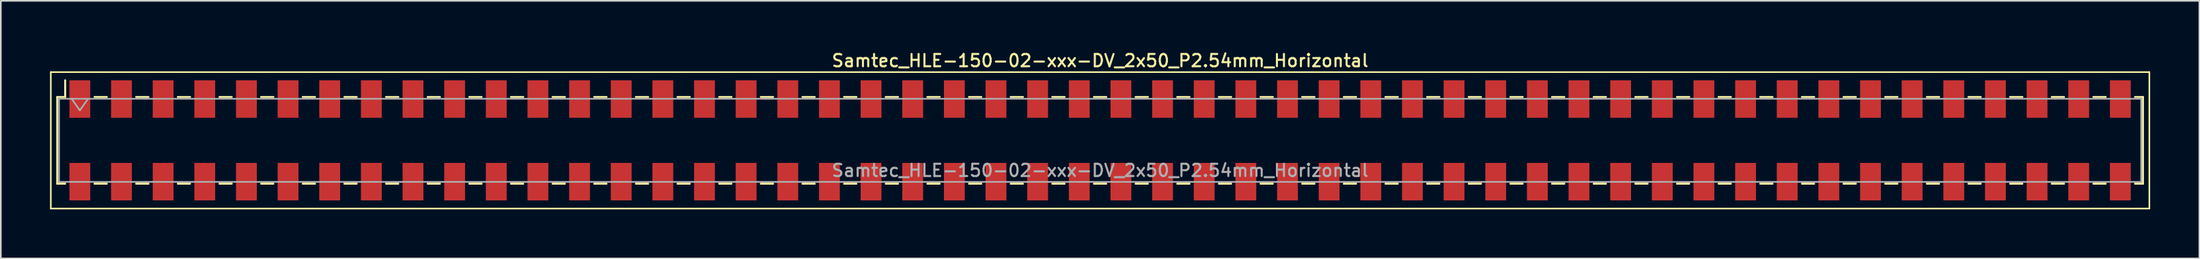
<source format=kicad_pcb>
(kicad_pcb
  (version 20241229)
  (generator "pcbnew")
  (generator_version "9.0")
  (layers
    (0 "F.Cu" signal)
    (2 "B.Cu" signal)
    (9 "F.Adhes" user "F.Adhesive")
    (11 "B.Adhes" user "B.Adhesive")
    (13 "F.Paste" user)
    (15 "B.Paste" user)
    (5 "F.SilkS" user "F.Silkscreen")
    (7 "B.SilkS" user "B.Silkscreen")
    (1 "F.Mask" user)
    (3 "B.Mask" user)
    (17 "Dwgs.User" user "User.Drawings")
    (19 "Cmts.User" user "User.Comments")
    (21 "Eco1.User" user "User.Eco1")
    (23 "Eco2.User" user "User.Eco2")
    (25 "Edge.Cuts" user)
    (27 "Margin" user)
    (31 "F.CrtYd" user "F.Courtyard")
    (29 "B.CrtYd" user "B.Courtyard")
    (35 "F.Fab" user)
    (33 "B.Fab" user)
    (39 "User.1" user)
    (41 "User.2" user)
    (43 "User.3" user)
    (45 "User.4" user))
  (footprint "Samtec_HLE-150-02-xxx-DV_2x50_P2.54mm_Horizontal"
    (layer "F.Cu")
    (at 64.05 5.528)
    (property "Reference" "Samtec_HLE-150-02-xxx-DV_2x50_P2.54mm_Horizontal" (at 0 -4.87 0) (layer "F.SilkS") (effects (font (size 0.75 0.75) (thickness 0.125))))
    (attr smd)
    (fp_line (start -64 -4.17) (end 64 -4.17) (stroke (width 0.1) (type solid)) (layer "F.SilkS"))
    (fp_line (start -64 4.17) (end -64 -4.17) (stroke (width 0.1) (type solid)) (layer "F.SilkS"))
    (fp_line (start -63.61 -2.65) (end -63.61 2.65) (stroke (width 0.12) (type solid)) (layer "F.SilkS"))
    (fp_line (start -63.61 2.65) (end -63.125 2.65) (stroke (width 0.12) (type solid)) (layer "F.SilkS"))
    (fp_line (start -63.125 -3.67) (end -63.125 -2.65) (stroke (width 0.12) (type solid)) (layer "F.SilkS"))
    (fp_line (start -63.125 -2.65) (end -63.61 -2.65) (stroke (width 0.12) (type solid)) (layer "F.SilkS"))
    (fp_line (start -61.335 -2.65) (end -60.585 -2.65) (stroke (width 0.12) (type solid)) (layer "F.SilkS"))
    (fp_line (start -61.335 2.65) (end -60.585 2.65) (stroke (width 0.12) (type solid)) (layer "F.SilkS"))
    (fp_line (start -58.795 -2.65) (end -58.045 -2.65) (stroke (width 0.12) (type solid)) (layer "F.SilkS"))
    (fp_line (start -58.795 2.65) (end -58.045 2.65) (stroke (width 0.12) (type solid)) (layer "F.SilkS"))
    (fp_line (start -56.255 -2.65) (end -55.505 -2.65) (stroke (width 0.12) (type solid)) (layer "F.SilkS"))
    (fp_line (start -56.255 2.65) (end -55.505 2.65) (stroke (width 0.12) (type solid)) (layer "F.SilkS"))
    (fp_line (start -53.715 -2.65) (end -52.965 -2.65) (stroke (width 0.12) (type solid)) (layer "F.SilkS"))
    (fp_line (start -53.715 2.65) (end -52.965 2.65) (stroke (width 0.12) (type solid)) (layer "F.SilkS"))
    (fp_line (start -51.175 -2.65) (end -50.425 -2.65) (stroke (width 0.12) (type solid)) (layer "F.SilkS"))
    (fp_line (start -51.175 2.65) (end -50.425 2.65) (stroke (width 0.12) (type solid)) (layer "F.SilkS"))
    (fp_line (start -48.635 -2.65) (end -47.885 -2.65) (stroke (width 0.12) (type solid)) (layer "F.SilkS"))
    (fp_line (start -48.635 2.65) (end -47.885 2.65) (stroke (width 0.12) (type solid)) (layer "F.SilkS"))
    (fp_line (start -46.095 -2.65) (end -45.345 -2.65) (stroke (width 0.12) (type solid)) (layer "F.SilkS"))
    (fp_line (start -46.095 2.65) (end -45.345 2.65) (stroke (width 0.12) (type solid)) (layer "F.SilkS"))
    (fp_line (start -43.555 -2.65) (end -42.805 -2.65) (stroke (width 0.12) (type solid)) (layer "F.SilkS"))
    (fp_line (start -43.555 2.65) (end -42.805 2.65) (stroke (width 0.12) (type solid)) (layer "F.SilkS"))
    (fp_line (start -41.015 -2.65) (end -40.265 -2.65) (stroke (width 0.12) (type solid)) (layer "F.SilkS"))
    (fp_line (start -41.015 2.65) (end -40.265 2.65) (stroke (width 0.12) (type solid)) (layer "F.SilkS"))
    (fp_line (start -38.475 -2.65) (end -37.725 -2.65) (stroke (width 0.12) (type solid)) (layer "F.SilkS"))
    (fp_line (start -38.475 2.65) (end -37.725 2.65) (stroke (width 0.12) (type solid)) (layer "F.SilkS"))
    (fp_line (start -35.935 -2.65) (end -35.185 -2.65) (stroke (width 0.12) (type solid)) (layer "F.SilkS"))
    (fp_line (start -35.935 2.65) (end -35.185 2.65) (stroke (width 0.12) (type solid)) (layer "F.SilkS"))
    (fp_line (start -33.395 -2.65) (end -32.645 -2.65) (stroke (width 0.12) (type solid)) (layer "F.SilkS"))
    (fp_line (start -33.395 2.65) (end -32.645 2.65) (stroke (width 0.12) (type solid)) (layer "F.SilkS"))
    (fp_line (start -30.855 -2.65) (end -30.105 -2.65) (stroke (width 0.12) (type solid)) (layer "F.SilkS"))
    (fp_line (start -30.855 2.65) (end -30.105 2.65) (stroke (width 0.12) (type solid)) (layer "F.SilkS"))
    (fp_line (start -28.315 -2.65) (end -27.565 -2.65) (stroke (width 0.12) (type solid)) (layer "F.SilkS"))
    (fp_line (start -28.315 2.65) (end -27.565 2.65) (stroke (width 0.12) (type solid)) (layer "F.SilkS"))
    (fp_line (start -25.775 -2.65) (end -25.025 -2.65) (stroke (width 0.12) (type solid)) (layer "F.SilkS"))
    (fp_line (start -25.775 2.65) (end -25.025 2.65) (stroke (width 0.12) (type solid)) (layer "F.SilkS"))
    (fp_line (start -23.235 -2.65) (end -22.485 -2.65) (stroke (width 0.12) (type solid)) (layer "F.SilkS"))
    (fp_line (start -23.235 2.65) (end -22.485 2.65) (stroke (width 0.12) (type solid)) (layer "F.SilkS"))
    (fp_line (start -20.695 -2.65) (end -19.945 -2.65) (stroke (width 0.12) (type solid)) (layer "F.SilkS"))
    (fp_line (start -20.695 2.65) (end -19.945 2.65) (stroke (width 0.12) (type solid)) (layer "F.SilkS"))
    (fp_line (start -18.155 -2.65) (end -17.405 -2.65) (stroke (width 0.12) (type solid)) (layer "F.SilkS"))
    (fp_line (start -18.155 2.65) (end -17.405 2.65) (stroke (width 0.12) (type solid)) (layer "F.SilkS"))
    (fp_line (start -15.615 -2.65) (end -14.865 -2.65) (stroke (width 0.12) (type solid)) (layer "F.SilkS"))
    (fp_line (start -15.615 2.65) (end -14.865 2.65) (stroke (width 0.12) (type solid)) (layer "F.SilkS"))
    (fp_line (start -13.075 -2.65) (end -12.325 -2.65) (stroke (width 0.12) (type solid)) (layer "F.SilkS"))
    (fp_line (start -13.075 2.65) (end -12.325 2.65) (stroke (width 0.12) (type solid)) (layer "F.SilkS"))
    (fp_line (start -10.535 -2.65) (end -9.785 -2.65) (stroke (width 0.12) (type solid)) (layer "F.SilkS"))
    (fp_line (start -10.535 2.65) (end -9.785 2.65) (stroke (width 0.12) (type solid)) (layer "F.SilkS"))
    (fp_line (start -7.995 -2.65) (end -7.245 -2.65) (stroke (width 0.12) (type solid)) (layer "F.SilkS"))
    (fp_line (start -7.995 2.65) (end -7.245 2.65) (stroke (width 0.12) (type solid)) (layer "F.SilkS"))
    (fp_line (start -5.455 -2.65) (end -4.705 -2.65) (stroke (width 0.12) (type solid)) (layer "F.SilkS"))
    (fp_line (start -5.455 2.65) (end -4.705 2.65) (stroke (width 0.12) (type solid)) (layer "F.SilkS"))
    (fp_line (start -2.915 -2.65) (end -2.165 -2.65) (stroke (width 0.12) (type solid)) (layer "F.SilkS"))
    (fp_line (start -2.915 2.65) (end -2.165 2.65) (stroke (width 0.12) (type solid)) (layer "F.SilkS"))
    (fp_line (start -0.375 -2.65) (end 0.375 -2.65) (stroke (width 0.12) (type solid)) (layer "F.SilkS"))
    (fp_line (start -0.375 2.65) (end 0.375 2.65) (stroke (width 0.12) (type solid)) (layer "F.SilkS"))
    (fp_line (start 2.165 -2.65) (end 2.915 -2.65) (stroke (width 0.12) (type solid)) (layer "F.SilkS"))
    (fp_line (start 2.165 2.65) (end 2.915 2.65) (stroke (width 0.12) (type solid)) (layer "F.SilkS"))
    (fp_line (start 4.705 -2.65) (end 5.455 -2.65) (stroke (width 0.12) (type solid)) (layer "F.SilkS"))
    (fp_line (start 4.705 2.65) (end 5.455 2.65) (stroke (width 0.12) (type solid)) (layer "F.SilkS"))
    (fp_line (start 7.245 -2.65) (end 7.995 -2.65) (stroke (width 0.12) (type solid)) (layer "F.SilkS"))
    (fp_line (start 7.245 2.65) (end 7.995 2.65) (stroke (width 0.12) (type solid)) (layer "F.SilkS"))
    (fp_line (start 9.785 -2.65) (end 10.535 -2.65) (stroke (width 0.12) (type solid)) (layer "F.SilkS"))
    (fp_line (start 9.785 2.65) (end 10.535 2.65) (stroke (width 0.12) (type solid)) (layer "F.SilkS"))
    (fp_line (start 12.325 -2.65) (end 13.075 -2.65) (stroke (width 0.12) (type solid)) (layer "F.SilkS"))
    (fp_line (start 12.325 2.65) (end 13.075 2.65) (stroke (width 0.12) (type solid)) (layer "F.SilkS"))
    (fp_line (start 14.865 -2.65) (end 15.615 -2.65) (stroke (width 0.12) (type solid)) (layer "F.SilkS"))
    (fp_line (start 14.865 2.65) (end 15.615 2.65) (stroke (width 0.12) (type solid)) (layer "F.SilkS"))
    (fp_line (start 17.405 -2.65) (end 18.155 -2.65) (stroke (width 0.12) (type solid)) (layer "F.SilkS"))
    (fp_line (start 17.405 2.65) (end 18.155 2.65) (stroke (width 0.12) (type solid)) (layer "F.SilkS"))
    (fp_line (start 19.945 -2.65) (end 20.695 -2.65) (stroke (width 0.12) (type solid)) (layer "F.SilkS"))
    (fp_line (start 19.945 2.65) (end 20.695 2.65) (stroke (width 0.12) (type solid)) (layer "F.SilkS"))
    (fp_line (start 22.485 -2.65) (end 23.235 -2.65) (stroke (width 0.12) (type solid)) (layer "F.SilkS"))
    (fp_line (start 22.485 2.65) (end 23.235 2.65) (stroke (width 0.12) (type solid)) (layer "F.SilkS"))
    (fp_line (start 25.025 -2.65) (end 25.775 -2.65) (stroke (width 0.12) (type solid)) (layer "F.SilkS"))
    (fp_line (start 25.025 2.65) (end 25.775 2.65) (stroke (width 0.12) (type solid)) (layer "F.SilkS"))
    (fp_line (start 27.565 -2.65) (end 28.315 -2.65) (stroke (width 0.12) (type solid)) (layer "F.SilkS"))
    (fp_line (start 27.565 2.65) (end 28.315 2.65) (stroke (width 0.12) (type solid)) (layer "F.SilkS"))
    (fp_line (start 30.105 -2.65) (end 30.855 -2.65) (stroke (width 0.12) (type solid)) (layer "F.SilkS"))
    (fp_line (start 30.105 2.65) (end 30.855 2.65) (stroke (width 0.12) (type solid)) (layer "F.SilkS"))
    (fp_line (start 32.645 -2.65) (end 33.395 -2.65) (stroke (width 0.12) (type solid)) (layer "F.SilkS"))
    (fp_line (start 32.645 2.65) (end 33.395 2.65) (stroke (width 0.12) (type solid)) (layer "F.SilkS"))
    (fp_line (start 35.185 -2.65) (end 35.935 -2.65) (stroke (width 0.12) (type solid)) (layer "F.SilkS"))
    (fp_line (start 35.185 2.65) (end 35.935 2.65) (stroke (width 0.12) (type solid)) (layer "F.SilkS"))
    (fp_line (start 37.725 -2.65) (end 38.475 -2.65) (stroke (width 0.12) (type solid)) (layer "F.SilkS"))
    (fp_line (start 37.725 2.65) (end 38.475 2.65) (stroke (width 0.12) (type solid)) (layer "F.SilkS"))
    (fp_line (start 40.265 -2.65) (end 41.015 -2.65) (stroke (width 0.12) (type solid)) (layer "F.SilkS"))
    (fp_line (start 40.265 2.65) (end 41.015 2.65) (stroke (width 0.12) (type solid)) (layer "F.SilkS"))
    (fp_line (start 42.805 -2.65) (end 43.555 -2.65) (stroke (width 0.12) (type solid)) (layer "F.SilkS"))
    (fp_line (start 42.805 2.65) (end 43.555 2.65) (stroke (width 0.12) (type solid)) (layer "F.SilkS"))
    (fp_line (start 45.345 -2.65) (end 46.095 -2.65) (stroke (width 0.12) (type solid)) (layer "F.SilkS"))
    (fp_line (start 45.345 2.65) (end 46.095 2.65) (stroke (width 0.12) (type solid)) (layer "F.SilkS"))
    (fp_line (start 47.885 -2.65) (end 48.635 -2.65) (stroke (width 0.12) (type solid)) (layer "F.SilkS"))
    (fp_line (start 47.885 2.65) (end 48.635 2.65) (stroke (width 0.12) (type solid)) (layer "F.SilkS"))
    (fp_line (start 50.425 -2.65) (end 51.175 -2.65) (stroke (width 0.12) (type solid)) (layer "F.SilkS"))
    (fp_line (start 50.425 2.65) (end 51.175 2.65) (stroke (width 0.12) (type solid)) (layer "F.SilkS"))
    (fp_line (start 52.965 -2.65) (end 53.715 -2.65) (stroke (width 0.12) (type solid)) (layer "F.SilkS"))
    (fp_line (start 52.965 2.65) (end 53.715 2.65) (stroke (width 0.12) (type solid)) (layer "F.SilkS"))
    (fp_line (start 55.505 -2.65) (end 56.255 -2.65) (stroke (width 0.12) (type solid)) (layer "F.SilkS"))
    (fp_line (start 55.505 2.65) (end 56.255 2.65) (stroke (width 0.12) (type solid)) (layer "F.SilkS"))
    (fp_line (start 58.045 -2.65) (end 58.795 -2.65) (stroke (width 0.12) (type solid)) (layer "F.SilkS"))
    (fp_line (start 58.045 2.65) (end 58.795 2.65) (stroke (width 0.12) (type solid)) (layer "F.SilkS"))
    (fp_line (start 60.585 -2.65) (end 61.335 -2.65) (stroke (width 0.12) (type solid)) (layer "F.SilkS"))
    (fp_line (start 60.585 2.65) (end 61.335 2.65) (stroke (width 0.12) (type solid)) (layer "F.SilkS"))
    (fp_line (start 63.125 -2.65) (end 63.61 -2.65) (stroke (width 0.12) (type solid)) (layer "F.SilkS"))
    (fp_line (start 63.61 -2.65) (end 63.61 2.65) (stroke (width 0.12) (type solid)) (layer "F.SilkS"))
    (fp_line (start 63.61 2.65) (end 63.125 2.65) (stroke (width 0.12) (type solid)) (layer "F.SilkS"))
    (fp_line (start 64 -4.17) (end 64 4.17) (stroke (width 0.1) (type solid)) (layer "F.SilkS"))
    (fp_line (start 64 4.17) (end -64 4.17) (stroke (width 0.1) (type solid)) (layer "F.SilkS"))
    (fp_line (start -63.5 -2.54) (end 63.5 -2.54) (stroke (width 0.1) (type solid)) (layer "F.Fab"))
    (fp_line (start -63.5 2.54) (end -63.5 -2.54) (stroke (width 0.1) (type solid)) (layer "F.Fab"))
    (fp_line (start -62.73 -2.54) (end -62.23 -1.833) (stroke (width 0.1) (type solid)) (layer "F.Fab"))
    (fp_line (start -62.23 -1.833) (end -61.73 -2.54) (stroke (width 0.1) (type solid)) (layer "F.Fab"))
    (fp_line (start 63.5 -2.54) (end 63.5 2.54) (stroke (width 0.1) (type solid)) (layer "F.Fab"))
    (fp_line (start 63.5 2.54) (end -63.5 2.54) (stroke (width 0.1) (type solid)) (layer "F.Fab"))
    (fp_text user "${REFERENCE}" (at 0 1.84 0) (layer "F.Fab") (effects (font (size 0.75 0.75) (thickness 0.125))))
    (pad "1" smd rect (at -62.23 -2.525) (size 1.27 2.29) (layers "F.Cu" "F.Mask" "F.Paste"))
    (pad "2" smd rect (at -62.23 2.525) (size 1.27 2.29) (layers "F.Cu" "F.Mask" "F.Paste"))
    (pad "3" smd rect (at -59.69 -2.525) (size 1.27 2.29) (layers "F.Cu" "F.Mask" "F.Paste"))
    (pad "4" smd rect (at -59.69 2.525) (size 1.27 2.29) (layers "F.Cu" "F.Mask" "F.Paste"))
    (pad "5" smd rect (at -57.15 -2.525) (size 1.27 2.29) (layers "F.Cu" "F.Mask" "F.Paste"))
    (pad "6" smd rect (at -57.15 2.525) (size 1.27 2.29) (layers "F.Cu" "F.Mask" "F.Paste"))
    (pad "7" smd rect (at -54.61 -2.525) (size 1.27 2.29) (layers "F.Cu" "F.Mask" "F.Paste"))
    (pad "8" smd rect (at -54.61 2.525) (size 1.27 2.29) (layers "F.Cu" "F.Mask" "F.Paste"))
    (pad "9" smd rect (at -52.07 -2.525) (size 1.27 2.29) (layers "F.Cu" "F.Mask" "F.Paste"))
    (pad "10" smd rect (at -52.07 2.525) (size 1.27 2.29) (layers "F.Cu" "F.Mask" "F.Paste"))
    (pad "11" smd rect (at -49.53 -2.525) (size 1.27 2.29) (layers "F.Cu" "F.Mask" "F.Paste"))
    (pad "12" smd rect (at -49.53 2.525) (size 1.27 2.29) (layers "F.Cu" "F.Mask" "F.Paste"))
    (pad "13" smd rect (at -46.99 -2.525) (size 1.27 2.29) (layers "F.Cu" "F.Mask" "F.Paste"))
    (pad "14" smd rect (at -46.99 2.525) (size 1.27 2.29) (layers "F.Cu" "F.Mask" "F.Paste"))
    (pad "15" smd rect (at -44.45 -2.525) (size 1.27 2.29) (layers "F.Cu" "F.Mask" "F.Paste"))
    (pad "16" smd rect (at -44.45 2.525) (size 1.27 2.29) (layers "F.Cu" "F.Mask" "F.Paste"))
    (pad "17" smd rect (at -41.91 -2.525) (size 1.27 2.29) (layers "F.Cu" "F.Mask" "F.Paste"))
    (pad "18" smd rect (at -41.91 2.525) (size 1.27 2.29) (layers "F.Cu" "F.Mask" "F.Paste"))
    (pad "19" smd rect (at -39.37 -2.525) (size 1.27 2.29) (layers "F.Cu" "F.Mask" "F.Paste"))
    (pad "20" smd rect (at -39.37 2.525) (size 1.27 2.29) (layers "F.Cu" "F.Mask" "F.Paste"))
    (pad "21" smd rect (at -36.83 -2.525) (size 1.27 2.29) (layers "F.Cu" "F.Mask" "F.Paste"))
    (pad "22" smd rect (at -36.83 2.525) (size 1.27 2.29) (layers "F.Cu" "F.Mask" "F.Paste"))
    (pad "23" smd rect (at -34.29 -2.525) (size 1.27 2.29) (layers "F.Cu" "F.Mask" "F.Paste"))
    (pad "24" smd rect (at -34.29 2.525) (size 1.27 2.29) (layers "F.Cu" "F.Mask" "F.Paste"))
    (pad "25" smd rect (at -31.75 -2.525) (size 1.27 2.29) (layers "F.Cu" "F.Mask" "F.Paste"))
    (pad "26" smd rect (at -31.75 2.525) (size 1.27 2.29) (layers "F.Cu" "F.Mask" "F.Paste"))
    (pad "27" smd rect (at -29.21 -2.525) (size 1.27 2.29) (layers "F.Cu" "F.Mask" "F.Paste"))
    (pad "28" smd rect (at -29.21 2.525) (size 1.27 2.29) (layers "F.Cu" "F.Mask" "F.Paste"))
    (pad "29" smd rect (at -26.67 -2.525) (size 1.27 2.29) (layers "F.Cu" "F.Mask" "F.Paste"))
    (pad "30" smd rect (at -26.67 2.525) (size 1.27 2.29) (layers "F.Cu" "F.Mask" "F.Paste"))
    (pad "31" smd rect (at -24.13 -2.525) (size 1.27 2.29) (layers "F.Cu" "F.Mask" "F.Paste"))
    (pad "32" smd rect (at -24.13 2.525) (size 1.27 2.29) (layers "F.Cu" "F.Mask" "F.Paste"))
    (pad "33" smd rect (at -21.59 -2.525) (size 1.27 2.29) (layers "F.Cu" "F.Mask" "F.Paste"))
    (pad "34" smd rect (at -21.59 2.525) (size 1.27 2.29) (layers "F.Cu" "F.Mask" "F.Paste"))
    (pad "35" smd rect (at -19.05 -2.525) (size 1.27 2.29) (layers "F.Cu" "F.Mask" "F.Paste"))
    (pad "36" smd rect (at -19.05 2.525) (size 1.27 2.29) (layers "F.Cu" "F.Mask" "F.Paste"))
    (pad "37" smd rect (at -16.51 -2.525) (size 1.27 2.29) (layers "F.Cu" "F.Mask" "F.Paste"))
    (pad "38" smd rect (at -16.51 2.525) (size 1.27 2.29) (layers "F.Cu" "F.Mask" "F.Paste"))
    (pad "39" smd rect (at -13.97 -2.525) (size 1.27 2.29) (layers "F.Cu" "F.Mask" "F.Paste"))
    (pad "40" smd rect (at -13.97 2.525) (size 1.27 2.29) (layers "F.Cu" "F.Mask" "F.Paste"))
    (pad "41" smd rect (at -11.43 -2.525) (size 1.27 2.29) (layers "F.Cu" "F.Mask" "F.Paste"))
    (pad "42" smd rect (at -11.43 2.525) (size 1.27 2.29) (layers "F.Cu" "F.Mask" "F.Paste"))
    (pad "43" smd rect (at -8.89 -2.525) (size 1.27 2.29) (layers "F.Cu" "F.Mask" "F.Paste"))
    (pad "44" smd rect (at -8.89 2.525) (size 1.27 2.29) (layers "F.Cu" "F.Mask" "F.Paste"))
    (pad "45" smd rect (at -6.35 -2.525) (size 1.27 2.29) (layers "F.Cu" "F.Mask" "F.Paste"))
    (pad "46" smd rect (at -6.35 2.525) (size 1.27 2.29) (layers "F.Cu" "F.Mask" "F.Paste"))
    (pad "47" smd rect (at -3.81 -2.525) (size 1.27 2.29) (layers "F.Cu" "F.Mask" "F.Paste"))
    (pad "48" smd rect (at -3.81 2.525) (size 1.27 2.29) (layers "F.Cu" "F.Mask" "F.Paste"))
    (pad "49" smd rect (at -1.27 -2.525) (size 1.27 2.29) (layers "F.Cu" "F.Mask" "F.Paste"))
    (pad "50" smd rect (at -1.27 2.525) (size 1.27 2.29) (layers "F.Cu" "F.Mask" "F.Paste"))
    (pad "51" smd rect (at 1.27 -2.525) (size 1.27 2.29) (layers "F.Cu" "F.Mask" "F.Paste"))
    (pad "52" smd rect (at 1.27 2.525) (size 1.27 2.29) (layers "F.Cu" "F.Mask" "F.Paste"))
    (pad "53" smd rect (at 3.81 -2.525) (size 1.27 2.29) (layers "F.Cu" "F.Mask" "F.Paste"))
    (pad "54" smd rect (at 3.81 2.525) (size 1.27 2.29) (layers "F.Cu" "F.Mask" "F.Paste"))
    (pad "55" smd rect (at 6.35 -2.525) (size 1.27 2.29) (layers "F.Cu" "F.Mask" "F.Paste"))
    (pad "56" smd rect (at 6.35 2.525) (size 1.27 2.29) (layers "F.Cu" "F.Mask" "F.Paste"))
    (pad "57" smd rect (at 8.89 -2.525) (size 1.27 2.29) (layers "F.Cu" "F.Mask" "F.Paste"))
    (pad "58" smd rect (at 8.89 2.525) (size 1.27 2.29) (layers "F.Cu" "F.Mask" "F.Paste"))
    (pad "59" smd rect (at 11.43 -2.525) (size 1.27 2.29) (layers "F.Cu" "F.Mask" "F.Paste"))
    (pad "60" smd rect (at 11.43 2.525) (size 1.27 2.29) (layers "F.Cu" "F.Mask" "F.Paste"))
    (pad "61" smd rect (at 13.97 -2.525) (size 1.27 2.29) (layers "F.Cu" "F.Mask" "F.Paste"))
    (pad "62" smd rect (at 13.97 2.525) (size 1.27 2.29) (layers "F.Cu" "F.Mask" "F.Paste"))
    (pad "63" smd rect (at 16.51 -2.525) (size 1.27 2.29) (layers "F.Cu" "F.Mask" "F.Paste"))
    (pad "64" smd rect (at 16.51 2.525) (size 1.27 2.29) (layers "F.Cu" "F.Mask" "F.Paste"))
    (pad "65" smd rect (at 19.05 -2.525) (size 1.27 2.29) (layers "F.Cu" "F.Mask" "F.Paste"))
    (pad "66" smd rect (at 19.05 2.525) (size 1.27 2.29) (layers "F.Cu" "F.Mask" "F.Paste"))
    (pad "67" smd rect (at 21.59 -2.525) (size 1.27 2.29) (layers "F.Cu" "F.Mask" "F.Paste"))
    (pad "68" smd rect (at 21.59 2.525) (size 1.27 2.29) (layers "F.Cu" "F.Mask" "F.Paste"))
    (pad "69" smd rect (at 24.13 -2.525) (size 1.27 2.29) (layers "F.Cu" "F.Mask" "F.Paste"))
    (pad "70" smd rect (at 24.13 2.525) (size 1.27 2.29) (layers "F.Cu" "F.Mask" "F.Paste"))
    (pad "71" smd rect (at 26.67 -2.525) (size 1.27 2.29) (layers "F.Cu" "F.Mask" "F.Paste"))
    (pad "72" smd rect (at 26.67 2.525) (size 1.27 2.29) (layers "F.Cu" "F.Mask" "F.Paste"))
    (pad "73" smd rect (at 29.21 -2.525) (size 1.27 2.29) (layers "F.Cu" "F.Mask" "F.Paste"))
    (pad "74" smd rect (at 29.21 2.525) (size 1.27 2.29) (layers "F.Cu" "F.Mask" "F.Paste"))
    (pad "75" smd rect (at 31.75 -2.525) (size 1.27 2.29) (layers "F.Cu" "F.Mask" "F.Paste"))
    (pad "76" smd rect (at 31.75 2.525) (size 1.27 2.29) (layers "F.Cu" "F.Mask" "F.Paste"))
    (pad "77" smd rect (at 34.29 -2.525) (size 1.27 2.29) (layers "F.Cu" "F.Mask" "F.Paste"))
    (pad "78" smd rect (at 34.29 2.525) (size 1.27 2.29) (layers "F.Cu" "F.Mask" "F.Paste"))
    (pad "79" smd rect (at 36.83 -2.525) (size 1.27 2.29) (layers "F.Cu" "F.Mask" "F.Paste"))
    (pad "80" smd rect (at 36.83 2.525) (size 1.27 2.29) (layers "F.Cu" "F.Mask" "F.Paste"))
    (pad "81" smd rect (at 39.37 -2.525) (size 1.27 2.29) (layers "F.Cu" "F.Mask" "F.Paste"))
    (pad "82" smd rect (at 39.37 2.525) (size 1.27 2.29) (layers "F.Cu" "F.Mask" "F.Paste"))
    (pad "83" smd rect (at 41.91 -2.525) (size 1.27 2.29) (layers "F.Cu" "F.Mask" "F.Paste"))
    (pad "84" smd rect (at 41.91 2.525) (size 1.27 2.29) (layers "F.Cu" "F.Mask" "F.Paste"))
    (pad "85" smd rect (at 44.45 -2.525) (size 1.27 2.29) (layers "F.Cu" "F.Mask" "F.Paste"))
    (pad "86" smd rect (at 44.45 2.525) (size 1.27 2.29) (layers "F.Cu" "F.Mask" "F.Paste"))
    (pad "87" smd rect (at 46.99 -2.525) (size 1.27 2.29) (layers "F.Cu" "F.Mask" "F.Paste"))
    (pad "88" smd rect (at 46.99 2.525) (size 1.27 2.29) (layers "F.Cu" "F.Mask" "F.Paste"))
    (pad "89" smd rect (at 49.53 -2.525) (size 1.27 2.29) (layers "F.Cu" "F.Mask" "F.Paste"))
    (pad "90" smd rect (at 49.53 2.525) (size 1.27 2.29) (layers "F.Cu" "F.Mask" "F.Paste"))
    (pad "91" smd rect (at 52.07 -2.525) (size 1.27 2.29) (layers "F.Cu" "F.Mask" "F.Paste"))
    (pad "92" smd rect (at 52.07 2.525) (size 1.27 2.29) (layers "F.Cu" "F.Mask" "F.Paste"))
    (pad "93" smd rect (at 54.61 -2.525) (size 1.27 2.29) (layers "F.Cu" "F.Mask" "F.Paste"))
    (pad "94" smd rect (at 54.61 2.525) (size 1.27 2.29) (layers "F.Cu" "F.Mask" "F.Paste"))
    (pad "95" smd rect (at 57.15 -2.525) (size 1.27 2.29) (layers "F.Cu" "F.Mask" "F.Paste"))
    (pad "96" smd rect (at 57.15 2.525) (size 1.27 2.29) (layers "F.Cu" "F.Mask" "F.Paste"))
    (pad "97" smd rect (at 59.69 -2.525) (size 1.27 2.29) (layers "F.Cu" "F.Mask" "F.Paste"))
    (pad "98" smd rect (at 59.69 2.525) (size 1.27 2.29) (layers "F.Cu" "F.Mask" "F.Paste"))
    (pad "99" smd rect (at 62.23 -2.525) (size 1.27 2.29) (layers "F.Cu" "F.Mask" "F.Paste"))
    (pad "100" smd rect (at 62.23 2.525) (size 1.27 2.29) (layers "F.Cu" "F.Mask" "F.Paste")))
  (gr_rect
    (start -3 -3)
    (end 131.1 12.748)
    (stroke (width 0.1) (type default))
    (fill no)
    (layer "Edge.Cuts")))
</source>
